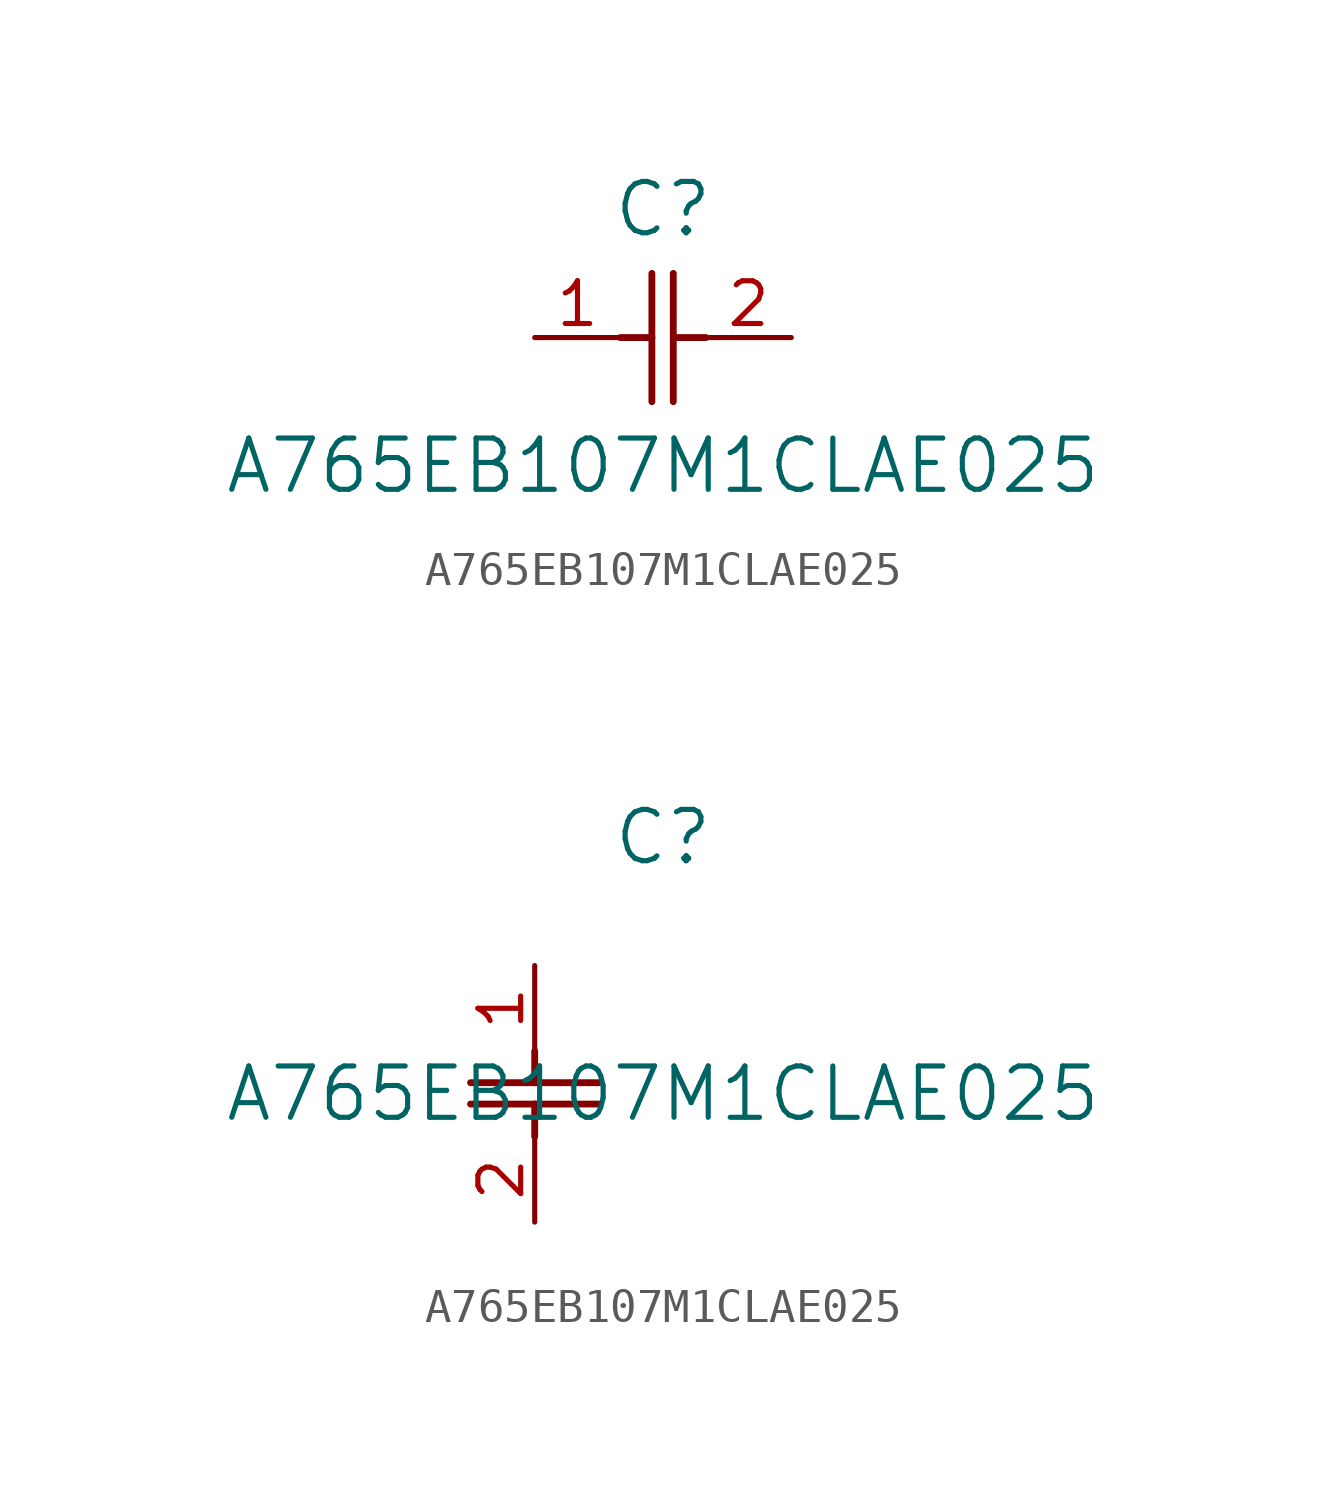
<source format=kicad_sym>
(kicad_symbol_lib
  (version 20211014)
  (generator kicad_symbol_editor)
  (symbol "A765EB107M1CLAE025"
    (pin_names
      (offset 0.254))
    (property "Reference" "C"
      (at 3.81 3.81 0)
      (effects (font (size 1.524 1.524))))
    (property "Value" "A765EB107M1CLAE025"
      (at 3.81 -3.81 0)
      (effects (font (size 1.524 1.524))))
    (symbol "A765EB107M1CLAE025_1_1"
      (polyline (pts (xy 3.48 -1.905) (xy 3.48 1.905)) (stroke (width 0.203) (type default) (color 0 0 0 0)) (fill (type none)))
      (polyline (pts (xy 4.115 -1.905) (xy 4.115 1.905)) (stroke (width 0.203) (type default) (color 0 0 0 0)) (fill (type none)))
      (polyline (pts (xy 4.115 0) (xy 5.08 0)) (stroke (width 0.203) (type default) (color 0 0 0 0)) (fill (type none)))
      (polyline (pts (xy 2.54 0) (xy 3.48 0)) (stroke (width 0.203) (type default) (color 0 0 0 0)) (fill (type none)))
      (pin unspecified line (at 0 0 0) (length 2.54) (name "" (effects (font (size 1.27 1.27)))) (number "1" (effects (font (size 1.27 1.27)))))
      (pin unspecified line (at 7.62 0 180) (length 2.54) (name "" (effects (font (size 1.27 1.27)))) (number "2" (effects (font (size 1.27 1.27))))))
    (symbol "A765EB107M1CLAE025_1_2"
      (polyline (pts (xy -1.905 -3.48) (xy 1.905 -3.48)) (stroke (width 0.203) (type default) (color 0 0 0 0)) (fill (type none)))
      (polyline (pts (xy -1.905 -4.115) (xy 1.905 -4.115)) (stroke (width 0.203) (type default) (color 0 0 0 0)) (fill (type none)))
      (polyline (pts (xy 0 -4.115) (xy 0 -5.08)) (stroke (width 0.203) (type default) (color 0 0 0 0)) (fill (type none)))
      (polyline (pts (xy 0 -2.54) (xy 0 -3.48)) (stroke (width 0.203) (type default) (color 0 0 0 0)) (fill (type none)))
      (pin unspecified line (at 0 0 270) (length 2.54) (name "" (effects (font (size 1.27 1.27)))) (number "1" (effects (font (size 1.27 1.27)))))
      (pin unspecified line (at 0 -7.62 90) (length 2.54) (name "" (effects (font (size 1.27 1.27)))) (number "2" (effects (font (size 1.27 1.27))))))))
</source>
